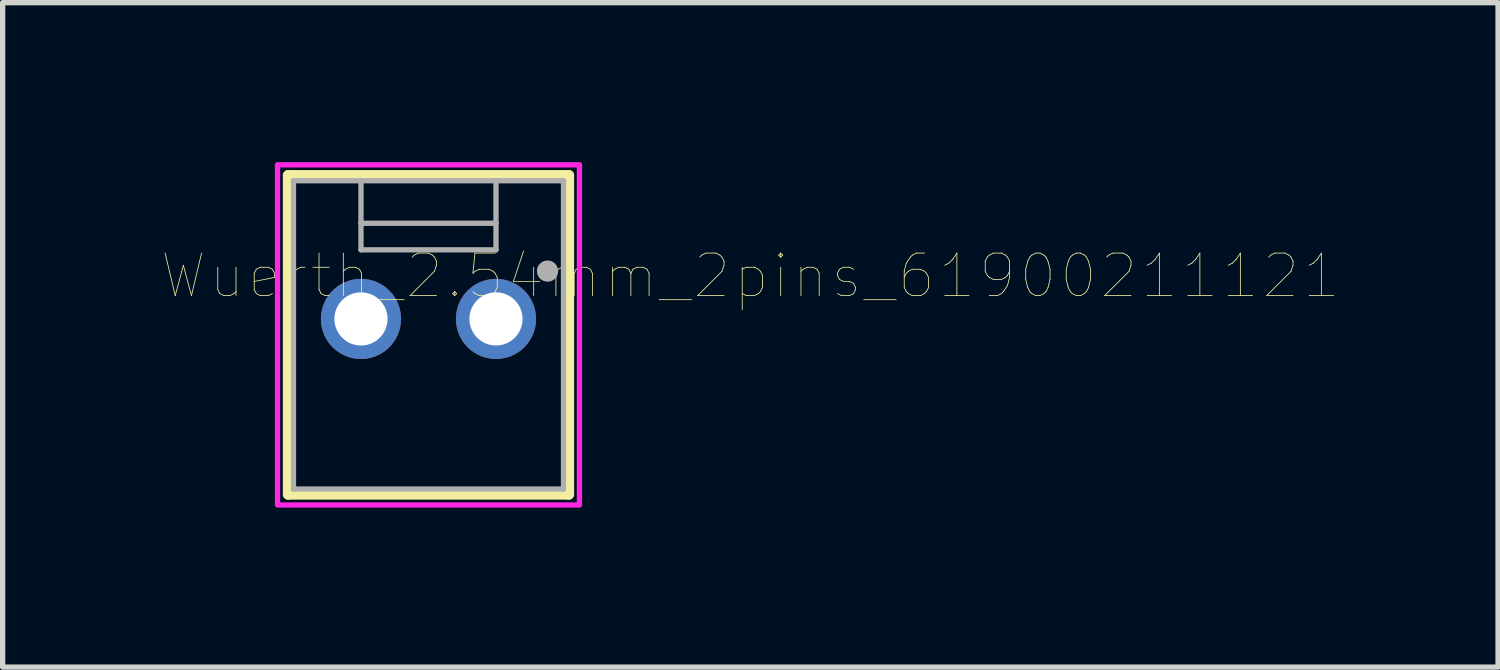
<source format=kicad_pcb>
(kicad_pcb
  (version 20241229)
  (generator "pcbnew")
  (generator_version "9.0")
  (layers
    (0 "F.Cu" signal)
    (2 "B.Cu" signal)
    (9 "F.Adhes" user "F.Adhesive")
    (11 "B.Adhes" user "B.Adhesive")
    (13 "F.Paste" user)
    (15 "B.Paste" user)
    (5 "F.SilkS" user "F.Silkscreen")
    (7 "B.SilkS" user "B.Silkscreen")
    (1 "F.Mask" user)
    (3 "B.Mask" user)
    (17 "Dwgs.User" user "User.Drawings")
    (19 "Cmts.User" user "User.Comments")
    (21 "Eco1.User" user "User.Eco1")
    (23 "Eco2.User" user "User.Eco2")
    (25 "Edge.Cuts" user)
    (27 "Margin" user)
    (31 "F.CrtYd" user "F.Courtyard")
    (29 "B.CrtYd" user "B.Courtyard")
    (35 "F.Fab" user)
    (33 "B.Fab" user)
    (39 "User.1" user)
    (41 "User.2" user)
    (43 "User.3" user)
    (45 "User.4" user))
  (footprint "Wuerth_2.54mm_2pins_61900211121"
    (layer "F.Cu")
    (at 5.011 3.25)
    (property "Reference" "Wuerth_2.54mm_2pins_61900211121" (at 6.055 -1.108 0) (layer "F.SilkS") (effects (font (size 0.8 0.8) (thickness 0.015))))
    (attr through_hole)
    (fp_line (start -2.64 -3) (end 2.64 -3) (stroke (width 0.2) (type solid)) (layer "F.SilkS"))
    (fp_line (start -2.64 3) (end -2.64 -3) (stroke (width 0.2) (type solid)) (layer "F.SilkS"))
    (fp_line (start 2.64 -3) (end 2.64 3) (stroke (width 0.2) (type solid)) (layer "F.SilkS"))
    (fp_line (start 2.64 3) (end -2.64 3) (stroke (width 0.2) (type solid)) (layer "F.SilkS"))
    (fp_poly (pts (xy -2.84 -3.2) (xy 2.84 -3.2) (xy 2.84 3.2) (xy -2.84 3.2)) (stroke (width 0.1) (type solid)) (fill no) (layer "F.CrtYd"))
    (fp_line (start -2.54 -2.9) (end -1.27 -2.9) (stroke (width 0.1) (type solid)) (layer "F.Fab"))
    (fp_line (start -2.54 2.9) (end -2.54 -2.9) (stroke (width 0.1) (type solid)) (layer "F.Fab"))
    (fp_line (start -1.27 -2.9) (end -1.27 -2.1) (stroke (width 0.1) (type solid)) (layer "F.Fab"))
    (fp_line (start -1.27 -2.9) (end 1.27 -2.9) (stroke (width 0.1) (type solid)) (layer "F.Fab"))
    (fp_line (start -1.27 -2.1) (end 1.27 -2.1) (stroke (width 0.1) (type solid)) (layer "F.Fab"))
    (fp_line (start -1.27 -1.6) (end -1.27 -2.1) (stroke (width 0.1) (type solid)) (layer "F.Fab"))
    (fp_line (start 1.27 -2.9) (end 2.54 -2.9) (stroke (width 0.1) (type solid)) (layer "F.Fab"))
    (fp_line (start 1.27 -2.1) (end 1.27 -2.9) (stroke (width 0.1) (type solid)) (layer "F.Fab"))
    (fp_line (start 1.27 -1.6) (end -1.27 -1.6) (stroke (width 0.1) (type solid)) (layer "F.Fab"))
    (fp_line (start 1.27 -1.6) (end 1.27 -2.1) (stroke (width 0.1) (type solid)) (layer "F.Fab"))
    (fp_line (start 2.54 -2.9) (end 2.54 2.9) (stroke (width 0.1) (type solid)) (layer "F.Fab"))
    (fp_line (start 2.54 2.9) (end -2.54 2.9) (stroke (width 0.1) (type solid)) (layer "F.Fab"))
    (fp_circle (center 2.24 -1.2) (end 2.34 -1.2) (stroke (width 0.2) (type solid)) (fill no) (layer "F.Fab"))
    (pad "1" thru_hole circle (at 1.27 -0.3) (size 1.508 1.508) (drill 1) (layers "*.Cu" "*.Mask"))
    (pad "2" thru_hole circle (at -1.27 -0.3) (size 1.508 1.508) (drill 1) (layers "*.Cu" "*.Mask")))
  (gr_rect
    (start -3 -3)
    (end 25.133 9.5)
    (stroke (width 0.1) (type default))
    (fill no)
    (layer "Edge.Cuts")))
</source>
